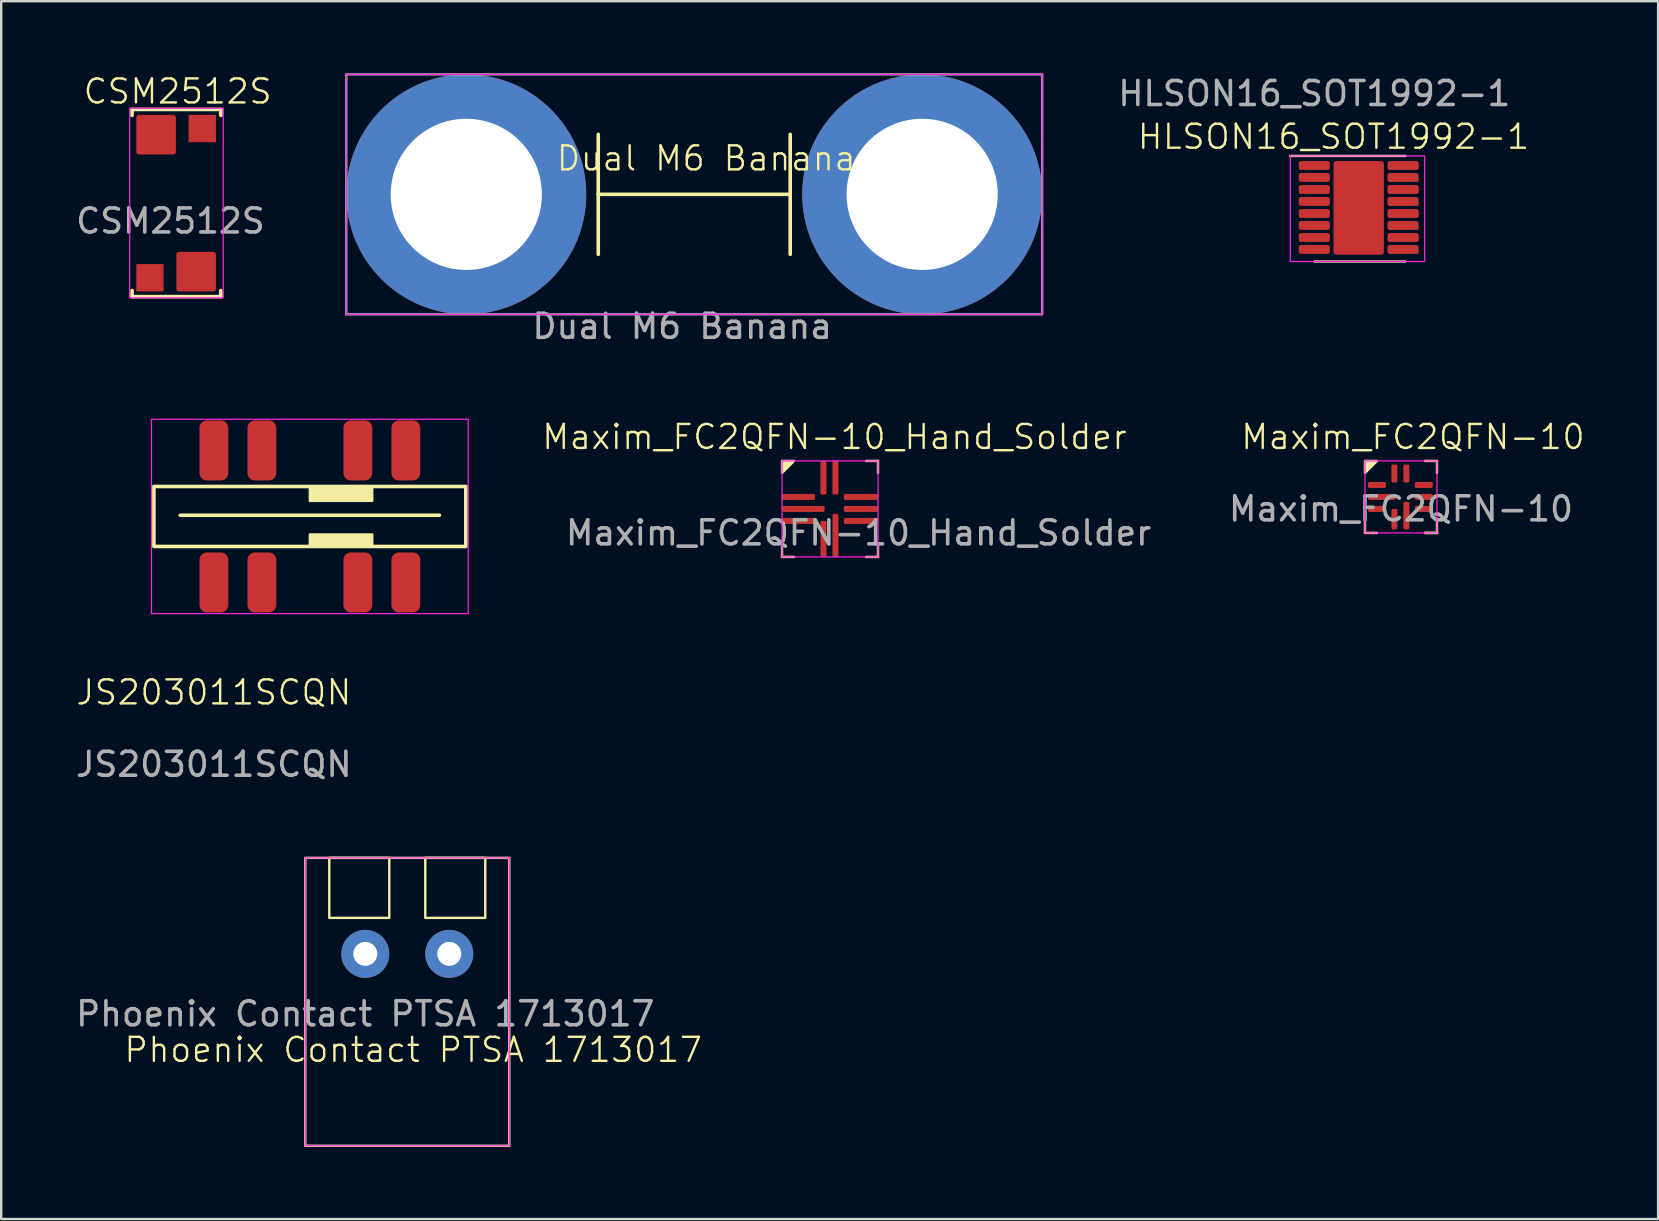
<source format=kicad_pcb>
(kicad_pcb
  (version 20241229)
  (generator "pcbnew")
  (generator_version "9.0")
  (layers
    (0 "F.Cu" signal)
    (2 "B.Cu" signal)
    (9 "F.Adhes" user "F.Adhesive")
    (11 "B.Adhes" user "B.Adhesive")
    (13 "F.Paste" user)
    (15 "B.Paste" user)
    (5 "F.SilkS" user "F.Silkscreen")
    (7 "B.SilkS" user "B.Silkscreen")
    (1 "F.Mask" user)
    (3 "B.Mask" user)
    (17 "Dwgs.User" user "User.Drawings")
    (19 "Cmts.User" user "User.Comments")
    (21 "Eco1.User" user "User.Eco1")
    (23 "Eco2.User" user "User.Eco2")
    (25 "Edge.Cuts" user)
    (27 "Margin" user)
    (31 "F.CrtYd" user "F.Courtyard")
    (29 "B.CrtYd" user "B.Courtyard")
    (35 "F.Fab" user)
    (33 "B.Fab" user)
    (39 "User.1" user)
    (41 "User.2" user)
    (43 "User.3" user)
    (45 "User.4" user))
  (footprint "Maxim_FC2QFN-10"
    (layer "F.Cu")
    (at 54.336 17.159)
    (property "Reference" "Maxim_FC2QFN-10" (at 1.5 -2 0) (unlocked yes) (layer "F.SilkS") (effects (font (size 1 1) (thickness 0.1))))
    (attr smd)
    (fp_line (start -0.5 1.5) (end -0.5 2) (stroke (width 0.1) (type default)) (layer "F.SilkS"))
    (fp_line (start -0.5 2) (end 0 2) (stroke (width 0.1) (type default)) (layer "F.SilkS"))
    (fp_line (start 2 -1) (end 2.5 -1) (stroke (width 0.1) (type default)) (layer "F.SilkS"))
    (fp_line (start 2 2) (end 2.5 2) (stroke (width 0.1) (type default)) (layer "F.SilkS"))
    (fp_line (start 2.5 -0.5) (end 2.5 -1) (stroke (width 0.1) (type default)) (layer "F.SilkS"))
    (fp_line (start 2.5 2) (end 2 2) (stroke (width 0.1) (type default)) (layer "F.SilkS"))
    (fp_line (start 2.5 2) (end 2.5 1.5) (stroke (width 0.1) (type default)) (layer "F.SilkS"))
    (fp_poly (pts (xy -0.5 -1) (xy 0 -1) (xy -0.5 -0.5)) (stroke (width 0.1) (type solid)) (fill yes) (layer "F.SilkS"))
    (fp_rect (start -0.5 -1) (end 2.5 2) (stroke (width 0.05) (type default)) (fill no) (layer "F.CrtYd"))
    (fp_text user "${REFERENCE}" (at 1 1 0) (unlocked yes) (layer "F.Fab") (effects (font (size 1 1) (thickness 0.15))))
    (pad "1" smd roundrect (at 0 0) (size 0.75 0.25) (layers "F.Cu" "F.Mask" "F.Paste") (roundrect_rratio 0.25))
    (pad "2" smd roundrect (at 0.2 0.5) (size 1.15 0.25) (layers "F.Cu" "F.Mask" "F.Paste") (roundrect_rratio 0.25))
    (pad "3" smd roundrect (at 0 1) (size 0.75 0.25) (layers "F.Cu" "F.Mask" "F.Paste") (roundrect_rratio 0.25))
    (pad "4" smd roundrect (at 0.725 1.425 270) (size 0.85 0.25) (layers "F.Cu" "F.Mask" "F.Paste") (roundrect_rratio 0.25))
    (pad "5" smd roundrect (at 1.225 1.275 90) (size 1.15 0.25) (layers "F.Cu" "F.Mask" "F.Paste") (roundrect_rratio 0.25))
    (pad "6" smd roundrect (at 1.95 1 180) (size 0.75 0.25) (layers "F.Cu" "F.Mask" "F.Paste") (roundrect_rratio 0.25))
    (pad "7" smd roundrect (at 1.95 0.5 180) (size 0.75 0.25) (layers "F.Cu" "F.Mask" "F.Paste") (roundrect_rratio 0.25))
    (pad "8" smd roundrect (at 1.95 0 180) (size 0.75 0.25) (layers "F.Cu" "F.Mask" "F.Paste") (roundrect_rratio 0.25))
    (pad "9" smd roundrect (at 1.225 -0.475 90) (size 0.75 0.25) (layers "F.Cu" "F.Mask" "F.Paste") (roundrect_rratio 0.25))
    (pad "10" smd roundrect (at 0.725 -0.475 90) (size 0.75 0.25) (layers "F.Cu" "F.Mask" "F.Paste") (roundrect_rratio 0.25)))
  (footprint "HLSON16_SOT1992-1"
    (layer "F.Cu")
    (at 51.724 3.848)
    (property "Reference" "HLSON16_SOT1992-1" (at 0.8 -1.2 0) (unlocked yes) (layer "F.SilkS") (effects (font (size 1 1) (thickness 0.1))))
    (attr smd)
    (fp_line (start -1 -0.4) (end 3.8 -0.4) (stroke (width 0.1) (type default)) (layer "F.SilkS"))
    (fp_line (start 0 4) (end 3.8 4) (stroke (width 0.1) (type default)) (layer "F.SilkS"))
    (fp_rect (start -1 -0.4) (end 4.6 4) (stroke (width 0.05) (type default)) (fill no) (layer "F.CrtYd"))
    (fp_text user "${REFERENCE}" (at 0 -3 0) (unlocked yes) (layer "F.Fab") (effects (font (size 1 1) (thickness 0.15))))
    (pad "1" smd roundrect (at 0 0) (size 1.3 0.37) (layers "F.Cu" "F.Mask" "F.Paste") (roundrect_rratio 0.25))
    (pad "2" smd roundrect (at 0 0.5) (size 1.3 0.37) (layers "F.Cu" "F.Mask" "F.Paste") (roundrect_rratio 0.25))
    (pad "3" smd roundrect (at 0 1) (size 1.3 0.37) (layers "F.Cu" "F.Mask" "F.Paste") (roundrect_rratio 0.25))
    (pad "4" smd roundrect (at 0 1.5) (size 1.3 0.37) (layers "F.Cu" "F.Mask" "F.Paste") (roundrect_rratio 0.25))
    (pad "5" smd roundrect (at 0 2) (size 1.3 0.37) (layers "F.Cu" "F.Mask" "F.Paste") (roundrect_rratio 0.25))
    (pad "6" smd roundrect (at 0 2.5) (size 1.3 0.37) (layers "F.Cu" "F.Mask" "F.Paste") (roundrect_rratio 0.25))
    (pad "7" smd roundrect (at 0 3) (size 1.3 0.37) (layers "F.Cu" "F.Mask" "F.Paste") (roundrect_rratio 0.25))
    (pad "8" smd roundrect (at 0 3.5) (size 1.3 0.37) (layers "F.Cu" "F.Mask" "F.Paste") (roundrect_rratio 0.25))
    (pad "9" smd roundrect (at 3.7 0) (size 1.3 0.37) (layers "F.Cu" "F.Mask" "F.Paste") (roundrect_rratio 0.25))
    (pad "10" smd roundrect (at 3.7 0.5) (size 1.3 0.37) (layers "F.Cu" "F.Mask" "F.Paste") (roundrect_rratio 0.25))
    (pad "11" smd roundrect (at 3.7 1) (size 1.3 0.37) (layers "F.Cu" "F.Mask" "F.Paste") (roundrect_rratio 0.25))
    (pad "12" smd roundrect (at 3.7 1.5) (size 1.3 0.37) (layers "F.Cu" "F.Mask" "F.Paste") (roundrect_rratio 0.25))
    (pad "13" smd roundrect (at 3.7 2) (size 1.3 0.37) (layers "F.Cu" "F.Mask" "F.Paste") (roundrect_rratio 0.25))
    (pad "14" smd roundrect (at 3.7 2.5) (size 1.3 0.37) (layers "F.Cu" "F.Mask" "F.Paste") (roundrect_rratio 0.25))
    (pad "15" smd roundrect (at 3.7 3) (size 1.3 0.37) (layers "F.Cu" "F.Mask" "F.Paste") (roundrect_rratio 0.25))
    (pad "16" smd roundrect (at 3.7 3.5) (size 1.3 0.37) (layers "F.Cu" "F.Mask" "F.Paste") (roundrect_rratio 0.25))
    (pad "17" smd roundrect (at 1.85 1.765) (size 2.1 3.9) (layers "F.Cu" "F.Mask" "F.Paste") (roundrect_rratio 0.05)))
  (footprint "CSM2512S"
    (layer "F.Cu")
    (at 3.454 2.561)
    (property "Reference" "CSM2512S" (at 0.9 -1.8 0) (unlocked yes) (layer "F.SilkS") (effects (font (size 1 1) (thickness 0.1))))
    (attr smd)
    (fp_line (start -1 -1.05) (end 2.7 -1.05) (stroke (width 0.15) (type default)) (layer "F.SilkS"))
    (fp_line (start -1 -0.8) (end -1 -1.05) (stroke (width 0.15) (type default)) (layer "F.SilkS"))
    (fp_line (start -1 6.5) (end -1 6.75) (stroke (width 0.15) (type default)) (layer "F.SilkS"))
    (fp_line (start -1 6.75) (end 2.7 6.75) (stroke (width 0.15) (type default)) (layer "F.SilkS"))
    (fp_line (start 2.7 -0.8) (end 2.7 -1.05) (stroke (width 0.15) (type default)) (layer "F.SilkS"))
    (fp_line (start 2.7 6.5) (end 2.7 6.75) (stroke (width 0.15) (type default)) (layer "F.SilkS"))
    (fp_rect (start -1.1 -1.1) (end 2.8 6.8) (stroke (width 0.05) (type default)) (fill no) (layer "F.CrtYd"))
    (fp_text user "${REFERENCE}" (at 0.6 3.6 0) (unlocked yes) (layer "F.Fab") (effects (font (size 1 1) (thickness 0.15))))
    (pad "1" smd roundrect (at 0 0) (size 1.65 1.65) (layers "F.Cu" "F.Mask" "F.Paste") (roundrect_rratio 0.066))
    (pad "2" smd rect (at 1.925 -0.255) (size 1.14 1.14) (layers "F.Cu" "F.Mask" "F.Paste"))
    (pad "3" smd rect (at -0.255 5.965 180) (size 1.14 1.14) (layers "F.Cu" "F.Mask" "F.Paste"))
    (pad "4" smd roundrect (at 1.67 5.71 180) (size 1.65 1.65) (layers "F.Cu" "F.Mask" "F.Paste") (roundrect_rratio 0.066)))
  (footprint "JS203011SCQN"
    (layer "F.Cu")
    (at 5.863 21.223)
    (property "Reference" "JS203011SCQN" (at 0 4.58 0) (unlocked yes) (layer "F.SilkS") (effects (font (size 1 1) (thickness 0.1))))
    (attr smd)
    (fp_line (start 9.4 -2.8) (end -1.4 -2.8) (stroke (width 0.15) (type default)) (layer "F.SilkS"))
    (fp_rect (start -2.5 -4) (end 10.5 -1.5) (stroke (width 0.15) (type default)) (fill no) (layer "F.SilkS"))
    (fp_rect (start 4 -4) (end 6.6 -3.4) (stroke (width 0.1) (type solid)) (fill yes) (layer "F.SilkS"))
    (fp_rect (start 4 -2) (end 6.6 -1.5) (stroke (width 0.1) (type solid)) (fill yes) (layer "F.SilkS"))
    (fp_rect (start -2.6 -6.8) (end 10.6 1.3) (stroke (width 0.05) (type default)) (fill no) (layer "F.CrtYd"))
    (fp_text user "${REFERENCE}" (at 0 7.58 0) (unlocked yes) (layer "F.Fab") (effects (font (size 1 1) (thickness 0.15))))
    (pad "1" smd roundrect (at 0 0 90) (size 2.5 1.2) (layers "F.Cu" "F.Mask" "F.Paste") (roundrect_rratio 0.25))
    (pad "2" smd roundrect (at 2 0 90) (size 2.5 1.2) (layers "F.Cu" "F.Mask" "F.Paste") (roundrect_rratio 0.25))
    (pad "3" smd roundrect (at 6 0 90) (size 2.5 1.2) (layers "F.Cu" "F.Mask" "F.Paste") (roundrect_rratio 0.25))
    (pad "4" smd roundrect (at 8 0 90) (size 2.5 1.2) (layers "F.Cu" "F.Mask" "F.Paste") (roundrect_rratio 0.25))
    (pad "5" smd roundrect (at 0 -5.5 90) (size 2.5 1.2) (layers "F.Cu" "F.Mask" "F.Paste") (roundrect_rratio 0.25))
    (pad "6" smd roundrect (at 2 -5.5 90) (size 2.5 1.2) (layers "F.Cu" "F.Mask" "F.Paste") (roundrect_rratio 0.25))
    (pad "7" smd roundrect (at 6 -5.5 90) (size 2.5 1.2) (layers "F.Cu" "F.Mask" "F.Paste") (roundrect_rratio 0.25))
    (pad "8" smd roundrect (at 8 -5.5 90) (size 2.5 1.2) (layers "F.Cu" "F.Mask" "F.Paste") (roundrect_rratio 0.25)))
  (footprint "Dual M6 Banana"
    (layer "F.Cu")
    (at 16.382 5.05)
    (property "Reference" "Dual M6 Banana" (at 10 -1.5 0) (unlocked yes) (layer "F.SilkS") (effects (font (size 1 1) (thickness 0.1))))
    (attr through_hole)
    (fp_line (start 5.5 0) (end 5.5 -2.5) (stroke (width 0.15) (type default)) (layer "F.SilkS"))
    (fp_line (start 5.5 0) (end 13.5 0) (stroke (width 0.15) (type default)) (layer "F.SilkS"))
    (fp_line (start 5.5 2.5) (end 5.5 0) (stroke (width 0.15) (type default)) (layer "F.SilkS"))
    (fp_line (start 13.5 0) (end 13.5 -2.5) (stroke (width 0.15) (type default)) (layer "F.SilkS"))
    (fp_line (start 13.5 2.5) (end 13.5 0) (stroke (width 0.15) (type default)) (layer "F.SilkS"))
    (fp_rect (start -5 -5) (end 24 5) (stroke (width 0.05) (type default)) (fill no) (layer "F.CrtYd"))
    (fp_rect (start -5 -5) (end 24 5) (stroke (width 0.1) (type default)) (fill no) (layer "F.Fab"))
    (fp_text user "${REFERENCE}" (at 9 5.5 0) (unlocked yes) (layer "F.Fab") (effects (font (size 1 1) (thickness 0.15))))
    (pad "1" thru_hole circle (at 0 0) (size 10 10) (drill 6.3) (layers "*.Cu" "*.Mask"))
    (pad "2" thru_hole circle (at 19 0) (size 10 10) (drill 6.3) (layers "*.Cu" "*.Mask")))
  (footprint "Phoenix Contact PTSA 1713017"
    (layer "F.Cu")
    (at 12.173 36.702)
    (property "Reference" "Phoenix Contact PTSA 1713017" (at 2 4 0) (unlocked yes) (layer "F.SilkS") (effects (font (size 1 1) (thickness 0.1))))
    (attr through_hole)
    (fp_rect (start -2.5 -4) (end 6 8) (stroke (width 0.1) (type default)) (fill no) (layer "F.SilkS"))
    (fp_rect (start -1.5 -4) (end 1 -1.5) (stroke (width 0.1) (type default)) (fill no) (layer "F.SilkS"))
    (fp_rect (start 2.5 -4) (end 5 -1.5) (stroke (width 0.1) (type default)) (fill no) (layer "F.SilkS"))
    (fp_rect (start -2.5 -4) (end 6 8) (stroke (width 0.05) (type default)) (fill no) (layer "F.CrtYd"))
    (fp_text user "${REFERENCE}" (at 0 2.5 0) (unlocked yes) (layer "F.Fab") (effects (font (size 1 1) (thickness 0.15))))
    (pad "1" thru_hole circle (at 0 0) (size 2 2) (drill 1) (layers "*.Cu" "*.Mask"))
    (pad "2" thru_hole circle (at 3.5 0) (size 2 2) (drill 1) (layers "*.Cu" "*.Mask")))
  (footprint "Maxim_FC2QFN-10_Hand_Solder"
    (layer "F.Cu")
    (at 30.229 17.659)
    (property "Reference" "Maxim_FC2QFN-10_Hand_Solder" (at 1.5 -2.5 0) (unlocked yes) (layer "F.SilkS") (effects (font (size 1 1) (thickness 0.1))))
    (attr smd)
    (fp_line (start -0.688 2.5) (end -0.688 2) (stroke (width 0.1) (type default)) (layer "F.SilkS"))
    (fp_line (start -0.688 2.5) (end -0.188 2.5) (stroke (width 0.1) (type default)) (layer "F.SilkS"))
    (fp_line (start 2.812 2.5) (end 3.312 2.5) (stroke (width 0.1) (type default)) (layer "F.SilkS"))
    (fp_line (start 3.312 -1.5) (end 2.812 -1.5) (stroke (width 0.1) (type default)) (layer "F.SilkS"))
    (fp_line (start 3.312 -1.5) (end 3.312 -1) (stroke (width 0.1) (type default)) (layer "F.SilkS"))
    (fp_line (start 3.312 2.5) (end 3.312 2) (stroke (width 0.1) (type default)) (layer "F.SilkS"))
    (fp_poly (pts (xy -0.688 -1.5) (xy -0.188 -1.5) (xy -0.688 -1)) (stroke (width 0.1) (type solid)) (fill yes) (layer "F.SilkS"))
    (fp_rect (start -0.688 -1.5) (end 3.312 2.5) (stroke (width 0.05) (type default)) (fill no) (layer "F.CrtYd"))
    (fp_text user "${REFERENCE}" (at 2.5 1.5 0) (unlocked yes) (layer "F.Fab") (effects (font (size 1 1) (thickness 0.15))))
    (pad "1" smd roundrect (at 0 0) (size 1.375 0.25) (layers "F.Cu" "F.Mask" "F.Paste") (roundrect_rratio 0.25))
    (pad "2" smd roundrect (at 0.2 0.5) (size 1.775 0.25) (layers "F.Cu" "F.Mask" "F.Paste") (roundrect_rratio 0.25))
    (pad "3" smd roundrect (at 0 1) (size 1.375 0.25) (layers "F.Cu" "F.Mask" "F.Paste") (roundrect_rratio 0.25))
    (pad "4" smd roundrect (at 1.038 1.75 270) (size 1.5 0.25) (layers "F.Cu" "F.Mask" "F.Paste") (roundrect_rratio 0.25))
    (pad "5" smd roundrect (at 1.538 1.6 90) (size 1.8 0.25) (layers "F.Cu" "F.Mask" "F.Paste") (roundrect_rratio 0.25))
    (pad "6" smd roundrect (at 2.6 1 180) (size 1.425 0.25) (layers "F.Cu" "F.Mask" "F.Paste") (roundrect_rratio 0.25))
    (pad "7" smd roundrect (at 2.6 0.5 180) (size 1.425 0.25) (layers "F.Cu" "F.Mask" "F.Paste") (roundrect_rratio 0.25))
    (pad "8" smd roundrect (at 2.6 0 180) (size 1.425 0.25) (layers "F.Cu" "F.Mask" "F.Paste") (roundrect_rratio 0.25))
    (pad "9" smd roundrect (at 1.538 -0.8 90) (size 1.4 0.25) (layers "F.Cu" "F.Mask" "F.Paste") (roundrect_rratio 0.25))
    (pad "10" smd roundrect (at 1.038 -0.8 90) (size 1.4 0.25) (layers "F.Cu" "F.Mask" "F.Paste") (roundrect_rratio 0.25)))
  (gr_rect
    (start -3 -3)
    (end 66.052 47.752)
    (stroke (width 0.1) (type default))
    (fill no)
    (layer "Edge.Cuts")))
</source>
